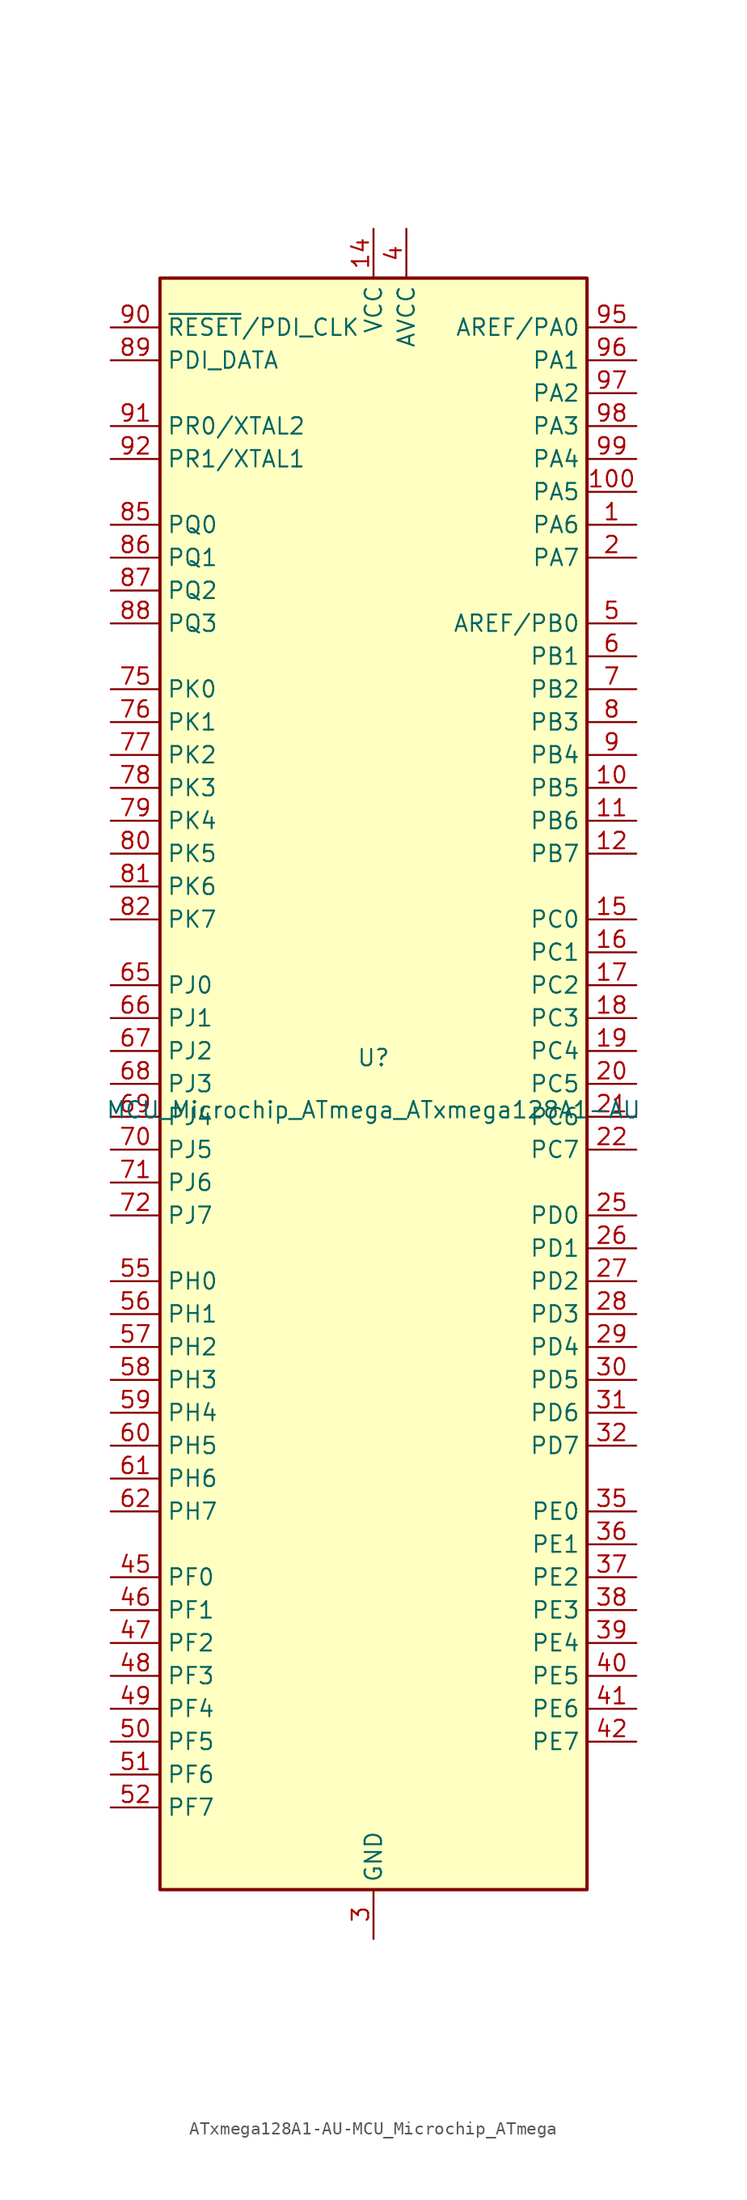
<source format=kicad_sym>
(kicad_symbol_lib
  (version 20231120)
  (generator "kicad_symbol_editor")
  (generator_version "8.0")
  (symbol "ATxmega128A1-AU-MCU_Microchip_ATmega"
    (property "Reference" "U"
      (at 0 1.27 0)
      (effects (font (size 1.27 1.27)) (justify bottom)))
    (property "Value" "MCU_Microchip_ATmega_ATxmega128A1-AU"
      (at 0 -1.27 0)
      (effects (font (size 1.27 1.27)) (justify top)))
    (symbol "ATxmega128A1-AU-MCU_Microchip_ATmega_0_1"
      (rectangle (start -16.51 -62.23) (end 16.51 62.23) (stroke (width 0.254) (type solid)) (fill (type background))))
    (symbol "ATxmega128A1-AU-MCU_Microchip_ATmega_1_1"
      (pin bidirectional line (at 20.32 43.18 180) (length 3.81) (name "PA6" (effects (font (size 1.27 1.27)))) (number "1" (effects (font (size 1.27 1.27)))))
      (pin bidirectional line (at 20.32 22.86 180) (length 3.81) (name "PB5" (effects (font (size 1.27 1.27)))) (number "10" (effects (font (size 1.27 1.27)))))
      (pin bidirectional line (at 20.32 45.72 180) (length 3.81) (name "PA5" (effects (font (size 1.27 1.27)))) (number "100" (effects (font (size 1.27 1.27)))))
      (pin bidirectional line (at 20.32 20.32 180) (length 3.81) (name "PB6" (effects (font (size 1.27 1.27)))) (number "11" (effects (font (size 1.27 1.27)))))
      (pin bidirectional line (at 20.32 17.78 180) (length 3.81) (name "PB7" (effects (font (size 1.27 1.27)))) (number "12" (effects (font (size 1.27 1.27)))))
      (pin passive line (at 0 -66.04 90) (length 3.81) hide (name "GND" (effects (font (size 1.27 1.27)))) (number "13" (effects (font (size 1.27 1.27)))))
      (pin power_in line (at 0 66.04 270) (length 3.81) (name "VCC" (effects (font (size 1.27 1.27)))) (number "14" (effects (font (size 1.27 1.27)))))
      (pin bidirectional line (at 20.32 12.7 180) (length 3.81) (name "PC0" (effects (font (size 1.27 1.27)))) (number "15" (effects (font (size 1.27 1.27)))))
      (pin bidirectional line (at 20.32 10.16 180) (length 3.81) (name "PC1" (effects (font (size 1.27 1.27)))) (number "16" (effects (font (size 1.27 1.27)))))
      (pin bidirectional line (at 20.32 7.62 180) (length 3.81) (name "PC2" (effects (font (size 1.27 1.27)))) (number "17" (effects (font (size 1.27 1.27)))))
      (pin bidirectional line (at 20.32 5.08 180) (length 3.81) (name "PC3" (effects (font (size 1.27 1.27)))) (number "18" (effects (font (size 1.27 1.27)))))
      (pin bidirectional line (at 20.32 2.54 180) (length 3.81) (name "PC4" (effects (font (size 1.27 1.27)))) (number "19" (effects (font (size 1.27 1.27)))))
      (pin bidirectional line (at 20.32 40.64 180) (length 3.81) (name "PA7" (effects (font (size 1.27 1.27)))) (number "2" (effects (font (size 1.27 1.27)))))
      (pin bidirectional line (at 20.32 0 180) (length 3.81) (name "PC5" (effects (font (size 1.27 1.27)))) (number "20" (effects (font (size 1.27 1.27)))))
      (pin bidirectional line (at 20.32 -2.54 180) (length 3.81) (name "PC6" (effects (font (size 1.27 1.27)))) (number "21" (effects (font (size 1.27 1.27)))))
      (pin bidirectional line (at 20.32 -5.08 180) (length 3.81) (name "PC7" (effects (font (size 1.27 1.27)))) (number "22" (effects (font (size 1.27 1.27)))))
      (pin passive line (at 0 -66.04 90) (length 3.81) hide (name "GND" (effects (font (size 1.27 1.27)))) (number "23" (effects (font (size 1.27 1.27)))))
      (pin passive line (at 0 66.04 270) (length 3.81) hide (name "VCC" (effects (font (size 1.27 1.27)))) (number "24" (effects (font (size 1.27 1.27)))))
      (pin bidirectional line (at 20.32 -10.16 180) (length 3.81) (name "PD0" (effects (font (size 1.27 1.27)))) (number "25" (effects (font (size 1.27 1.27)))))
      (pin bidirectional line (at 20.32 -12.7 180) (length 3.81) (name "PD1" (effects (font (size 1.27 1.27)))) (number "26" (effects (font (size 1.27 1.27)))))
      (pin bidirectional line (at 20.32 -15.24 180) (length 3.81) (name "PD2" (effects (font (size 1.27 1.27)))) (number "27" (effects (font (size 1.27 1.27)))))
      (pin bidirectional line (at 20.32 -17.78 180) (length 3.81) (name "PD3" (effects (font (size 1.27 1.27)))) (number "28" (effects (font (size 1.27 1.27)))))
      (pin bidirectional line (at 20.32 -20.32 180) (length 3.81) (name "PD4" (effects (font (size 1.27 1.27)))) (number "29" (effects (font (size 1.27 1.27)))))
      (pin power_in line (at 0 -66.04 90) (length 3.81) (name "GND" (effects (font (size 1.27 1.27)))) (number "3" (effects (font (size 1.27 1.27)))))
      (pin bidirectional line (at 20.32 -22.86 180) (length 3.81) (name "PD5" (effects (font (size 1.27 1.27)))) (number "30" (effects (font (size 1.27 1.27)))))
      (pin bidirectional line (at 20.32 -25.4 180) (length 3.81) (name "PD6" (effects (font (size 1.27 1.27)))) (number "31" (effects (font (size 1.27 1.27)))))
      (pin bidirectional line (at 20.32 -27.94 180) (length 3.81) (name "PD7" (effects (font (size 1.27 1.27)))) (number "32" (effects (font (size 1.27 1.27)))))
      (pin passive line (at 0 -66.04 90) (length 3.81) hide (name "GND" (effects (font (size 1.27 1.27)))) (number "33" (effects (font (size 1.27 1.27)))))
      (pin passive line (at 0 66.04 270) (length 3.81) hide (name "VCC" (effects (font (size 1.27 1.27)))) (number "34" (effects (font (size 1.27 1.27)))))
      (pin bidirectional line (at 20.32 -33.02 180) (length 3.81) (name "PE0" (effects (font (size 1.27 1.27)))) (number "35" (effects (font (size 1.27 1.27)))))
      (pin bidirectional line (at 20.32 -35.56 180) (length 3.81) (name "PE1" (effects (font (size 1.27 1.27)))) (number "36" (effects (font (size 1.27 1.27)))))
      (pin bidirectional line (at 20.32 -38.1 180) (length 3.81) (name "PE2" (effects (font (size 1.27 1.27)))) (number "37" (effects (font (size 1.27 1.27)))))
      (pin bidirectional line (at 20.32 -40.64 180) (length 3.81) (name "PE3" (effects (font (size 1.27 1.27)))) (number "38" (effects (font (size 1.27 1.27)))))
      (pin bidirectional line (at 20.32 -43.18 180) (length 3.81) (name "PE4" (effects (font (size 1.27 1.27)))) (number "39" (effects (font (size 1.27 1.27)))))
      (pin power_in line (at 2.54 66.04 270) (length 3.81) (name "AVCC" (effects (font (size 1.27 1.27)))) (number "4" (effects (font (size 1.27 1.27)))))
      (pin bidirectional line (at 20.32 -45.72 180) (length 3.81) (name "PE5" (effects (font (size 1.27 1.27)))) (number "40" (effects (font (size 1.27 1.27)))))
      (pin bidirectional line (at 20.32 -48.26 180) (length 3.81) (name "PE6" (effects (font (size 1.27 1.27)))) (number "41" (effects (font (size 1.27 1.27)))))
      (pin bidirectional line (at 20.32 -50.8 180) (length 3.81) (name "PE7" (effects (font (size 1.27 1.27)))) (number "42" (effects (font (size 1.27 1.27)))))
      (pin passive line (at 0 -66.04 90) (length 3.81) hide (name "GND" (effects (font (size 1.27 1.27)))) (number "43" (effects (font (size 1.27 1.27)))))
      (pin passive line (at 0 66.04 270) (length 3.81) hide (name "VCC" (effects (font (size 1.27 1.27)))) (number "44" (effects (font (size 1.27 1.27)))))
      (pin bidirectional line (at -20.32 -38.1 0) (length 3.81) (name "PF0" (effects (font (size 1.27 1.27)))) (number "45" (effects (font (size 1.27 1.27)))))
      (pin bidirectional line (at -20.32 -40.64 0) (length 3.81) (name "PF1" (effects (font (size 1.27 1.27)))) (number "46" (effects (font (size 1.27 1.27)))))
      (pin bidirectional line (at -20.32 -43.18 0) (length 3.81) (name "PF2" (effects (font (size 1.27 1.27)))) (number "47" (effects (font (size 1.27 1.27)))))
      (pin bidirectional line (at -20.32 -45.72 0) (length 3.81) (name "PF3" (effects (font (size 1.27 1.27)))) (number "48" (effects (font (size 1.27 1.27)))))
      (pin bidirectional line (at -20.32 -48.26 0) (length 3.81) (name "PF4" (effects (font (size 1.27 1.27)))) (number "49" (effects (font (size 1.27 1.27)))))
      (pin bidirectional line (at 20.32 35.56 180) (length 3.81) (name "AREF/PB0" (effects (font (size 1.27 1.27)))) (number "5" (effects (font (size 1.27 1.27)))))
      (pin bidirectional line (at -20.32 -50.8 0) (length 3.81) (name "PF5" (effects (font (size 1.27 1.27)))) (number "50" (effects (font (size 1.27 1.27)))))
      (pin bidirectional line (at -20.32 -53.34 0) (length 3.81) (name "PF6" (effects (font (size 1.27 1.27)))) (number "51" (effects (font (size 1.27 1.27)))))
      (pin bidirectional line (at -20.32 -55.88 0) (length 3.81) (name "PF7" (effects (font (size 1.27 1.27)))) (number "52" (effects (font (size 1.27 1.27)))))
      (pin passive line (at 0 -66.04 90) (length 3.81) hide (name "GND" (effects (font (size 1.27 1.27)))) (number "53" (effects (font (size 1.27 1.27)))))
      (pin passive line (at 0 66.04 270) (length 3.81) hide (name "VCC" (effects (font (size 1.27 1.27)))) (number "54" (effects (font (size 1.27 1.27)))))
      (pin bidirectional line (at -20.32 -15.24 0) (length 3.81) (name "PH0" (effects (font (size 1.27 1.27)))) (number "55" (effects (font (size 1.27 1.27)))))
      (pin bidirectional line (at -20.32 -17.78 0) (length 3.81) (name "PH1" (effects (font (size 1.27 1.27)))) (number "56" (effects (font (size 1.27 1.27)))))
      (pin bidirectional line (at -20.32 -20.32 0) (length 3.81) (name "PH2" (effects (font (size 1.27 1.27)))) (number "57" (effects (font (size 1.27 1.27)))))
      (pin bidirectional line (at -20.32 -22.86 0) (length 3.81) (name "PH3" (effects (font (size 1.27 1.27)))) (number "58" (effects (font (size 1.27 1.27)))))
      (pin bidirectional line (at -20.32 -25.4 0) (length 3.81) (name "PH4" (effects (font (size 1.27 1.27)))) (number "59" (effects (font (size 1.27 1.27)))))
      (pin bidirectional line (at 20.32 33.02 180) (length 3.81) (name "PB1" (effects (font (size 1.27 1.27)))) (number "6" (effects (font (size 1.27 1.27)))))
      (pin bidirectional line (at -20.32 -27.94 0) (length 3.81) (name "PH5" (effects (font (size 1.27 1.27)))) (number "60" (effects (font (size 1.27 1.27)))))
      (pin bidirectional line (at -20.32 -30.48 0) (length 3.81) (name "PH6" (effects (font (size 1.27 1.27)))) (number "61" (effects (font (size 1.27 1.27)))))
      (pin bidirectional line (at -20.32 -33.02 0) (length 3.81) (name "PH7" (effects (font (size 1.27 1.27)))) (number "62" (effects (font (size 1.27 1.27)))))
      (pin passive line (at 0 -66.04 90) (length 3.81) hide (name "GND" (effects (font (size 1.27 1.27)))) (number "63" (effects (font (size 1.27 1.27)))))
      (pin passive line (at 0 66.04 270) (length 3.81) hide (name "VCC" (effects (font (size 1.27 1.27)))) (number "64" (effects (font (size 1.27 1.27)))))
      (pin bidirectional line (at -20.32 7.62 0) (length 3.81) (name "PJ0" (effects (font (size 1.27 1.27)))) (number "65" (effects (font (size 1.27 1.27)))))
      (pin bidirectional line (at -20.32 5.08 0) (length 3.81) (name "PJ1" (effects (font (size 1.27 1.27)))) (number "66" (effects (font (size 1.27 1.27)))))
      (pin bidirectional line (at -20.32 2.54 0) (length 3.81) (name "PJ2" (effects (font (size 1.27 1.27)))) (number "67" (effects (font (size 1.27 1.27)))))
      (pin bidirectional line (at -20.32 0 0) (length 3.81) (name "PJ3" (effects (font (size 1.27 1.27)))) (number "68" (effects (font (size 1.27 1.27)))))
      (pin bidirectional line (at -20.32 -2.54 0) (length 3.81) (name "PJ4" (effects (font (size 1.27 1.27)))) (number "69" (effects (font (size 1.27 1.27)))))
      (pin bidirectional line (at 20.32 30.48 180) (length 3.81) (name "PB2" (effects (font (size 1.27 1.27)))) (number "7" (effects (font (size 1.27 1.27)))))
      (pin bidirectional line (at -20.32 -5.08 0) (length 3.81) (name "PJ5" (effects (font (size 1.27 1.27)))) (number "70" (effects (font (size 1.27 1.27)))))
      (pin bidirectional line (at -20.32 -7.62 0) (length 3.81) (name "PJ6" (effects (font (size 1.27 1.27)))) (number "71" (effects (font (size 1.27 1.27)))))
      (pin bidirectional line (at -20.32 -10.16 0) (length 3.81) (name "PJ7" (effects (font (size 1.27 1.27)))) (number "72" (effects (font (size 1.27 1.27)))))
      (pin passive line (at 0 -66.04 90) (length 3.81) hide (name "GND" (effects (font (size 1.27 1.27)))) (number "73" (effects (font (size 1.27 1.27)))))
      (pin passive line (at 0 66.04 270) (length 3.81) hide (name "VCC" (effects (font (size 1.27 1.27)))) (number "74" (effects (font (size 1.27 1.27)))))
      (pin bidirectional line (at -20.32 30.48 0) (length 3.81) (name "PK0" (effects (font (size 1.27 1.27)))) (number "75" (effects (font (size 1.27 1.27)))))
      (pin bidirectional line (at -20.32 27.94 0) (length 3.81) (name "PK1" (effects (font (size 1.27 1.27)))) (number "76" (effects (font (size 1.27 1.27)))))
      (pin bidirectional line (at -20.32 25.4 0) (length 3.81) (name "PK2" (effects (font (size 1.27 1.27)))) (number "77" (effects (font (size 1.27 1.27)))))
      (pin bidirectional line (at -20.32 22.86 0) (length 3.81) (name "PK3" (effects (font (size 1.27 1.27)))) (number "78" (effects (font (size 1.27 1.27)))))
      (pin bidirectional line (at -20.32 20.32 0) (length 3.81) (name "PK4" (effects (font (size 1.27 1.27)))) (number "79" (effects (font (size 1.27 1.27)))))
      (pin bidirectional line (at 20.32 27.94 180) (length 3.81) (name "PB3" (effects (font (size 1.27 1.27)))) (number "8" (effects (font (size 1.27 1.27)))))
      (pin bidirectional line (at -20.32 17.78 0) (length 3.81) (name "PK5" (effects (font (size 1.27 1.27)))) (number "80" (effects (font (size 1.27 1.27)))))
      (pin bidirectional line (at -20.32 15.24 0) (length 3.81) (name "PK6" (effects (font (size 1.27 1.27)))) (number "81" (effects (font (size 1.27 1.27)))))
      (pin bidirectional line (at -20.32 12.7 0) (length 3.81) (name "PK7" (effects (font (size 1.27 1.27)))) (number "82" (effects (font (size 1.27 1.27)))))
      (pin passive line (at 0 66.04 270) (length 3.81) hide (name "VCC" (effects (font (size 1.27 1.27)))) (number "83" (effects (font (size 1.27 1.27)))))
      (pin passive line (at 0 -66.04 90) (length 3.81) hide (name "GND" (effects (font (size 1.27 1.27)))) (number "84" (effects (font (size 1.27 1.27)))))
      (pin bidirectional line (at -20.32 43.18 0) (length 3.81) (name "PQ0" (effects (font (size 1.27 1.27)))) (number "85" (effects (font (size 1.27 1.27)))))
      (pin bidirectional line (at -20.32 40.64 0) (length 3.81) (name "PQ1" (effects (font (size 1.27 1.27)))) (number "86" (effects (font (size 1.27 1.27)))))
      (pin bidirectional line (at -20.32 38.1 0) (length 3.81) (name "PQ2" (effects (font (size 1.27 1.27)))) (number "87" (effects (font (size 1.27 1.27)))))
      (pin bidirectional line (at -20.32 35.56 0) (length 3.81) (name "PQ3" (effects (font (size 1.27 1.27)))) (number "88" (effects (font (size 1.27 1.27)))))
      (pin bidirectional line (at -20.32 55.88 0) (length 3.81) (name "PDI_DATA" (effects (font (size 1.27 1.27)))) (number "89" (effects (font (size 1.27 1.27)))))
      (pin bidirectional line (at 20.32 25.4 180) (length 3.81) (name "PB4" (effects (font (size 1.27 1.27)))) (number "9" (effects (font (size 1.27 1.27)))))
      (pin input line (at -20.32 58.42 0) (length 3.81) (name "~{RESET}/PDI_CLK" (effects (font (size 1.27 1.27)))) (number "90" (effects (font (size 1.27 1.27)))))
      (pin bidirectional line (at -20.32 50.8 0) (length 3.81) (name "PR0/XTAL2" (effects (font (size 1.27 1.27)))) (number "91" (effects (font (size 1.27 1.27)))))
      (pin bidirectional line (at -20.32 48.26 0) (length 3.81) (name "PR1/XTAL1" (effects (font (size 1.27 1.27)))) (number "92" (effects (font (size 1.27 1.27)))))
      (pin passive line (at 0 -66.04 90) (length 3.81) hide (name "GND" (effects (font (size 1.27 1.27)))) (number "93" (effects (font (size 1.27 1.27)))))
      (pin passive line (at 2.54 66.04 270) (length 3.81) hide (name "AVCC" (effects (font (size 1.27 1.27)))) (number "94" (effects (font (size 1.27 1.27)))))
      (pin bidirectional line (at 20.32 58.42 180) (length 3.81) (name "AREF/PA0" (effects (font (size 1.27 1.27)))) (number "95" (effects (font (size 1.27 1.27)))))
      (pin bidirectional line (at 20.32 55.88 180) (length 3.81) (name "PA1" (effects (font (size 1.27 1.27)))) (number "96" (effects (font (size 1.27 1.27)))))
      (pin bidirectional line (at 20.32 53.34 180) (length 3.81) (name "PA2" (effects (font (size 1.27 1.27)))) (number "97" (effects (font (size 1.27 1.27)))))
      (pin bidirectional line (at 20.32 50.8 180) (length 3.81) (name "PA3" (effects (font (size 1.27 1.27)))) (number "98" (effects (font (size 1.27 1.27)))))
      (pin bidirectional line (at 20.32 48.26 180) (length 3.81) (name "PA4" (effects (font (size 1.27 1.27)))) (number "99" (effects (font (size 1.27 1.27))))))))
</source>
